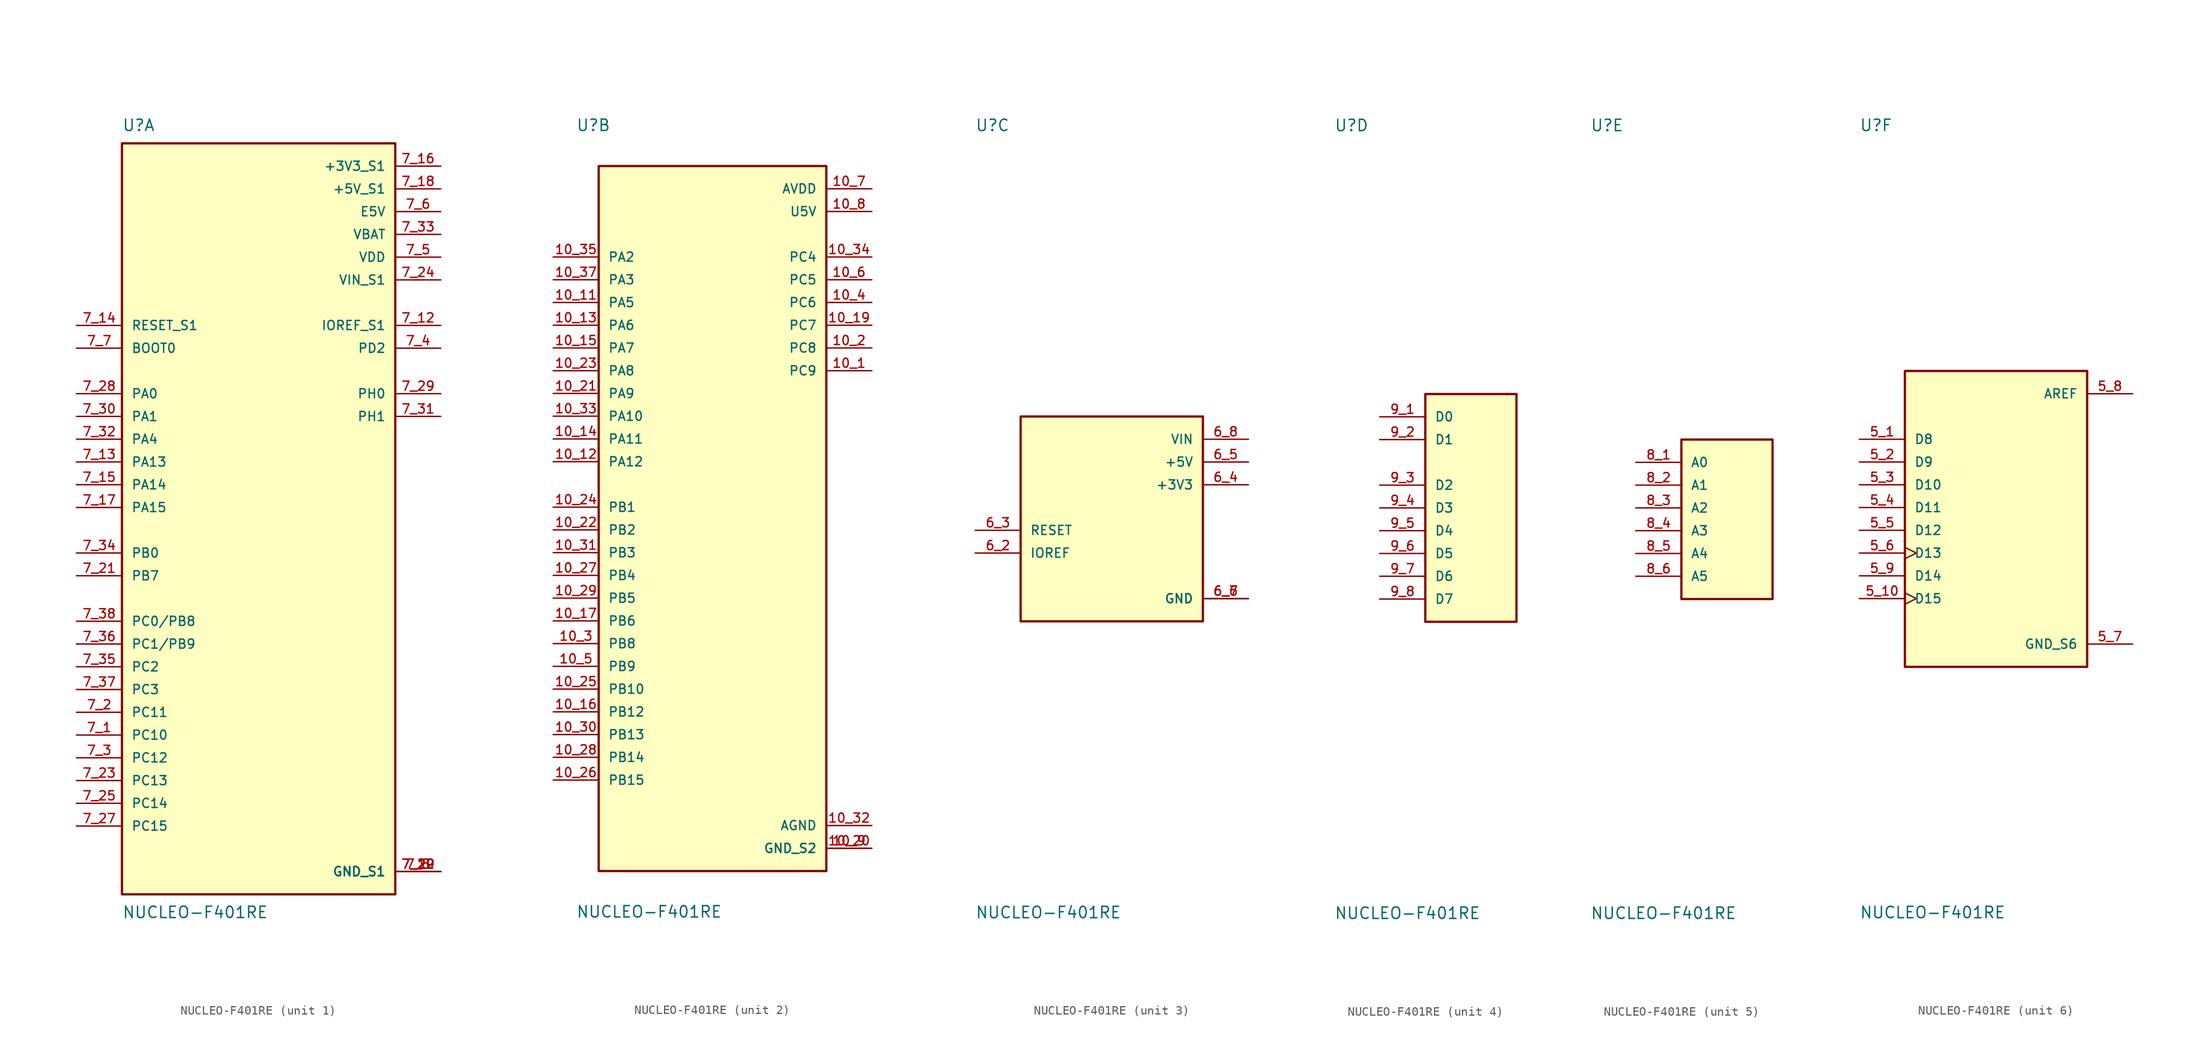
<source format=kicad_sym>
(kicad_symbol_lib
  (version 20211014)
  (generator kicad_symbol_editor)
  (symbol "NUCLEO-F401RE"
    (pin_names
      (offset 1.016))
    (property "Reference" "U"
      (at -15.24 41.91 0)
      (effects (font (size 1.27 1.27)) (justify bottom left)))
    (property "Value" "NUCLEO-F401RE"
      (at -15.24 -44.45 0.0)
      (effects (font (size 1.27 1.27)) (justify top left)))
    (symbol "NUCLEO-F401RE_1_0"
      (rectangle (start -15.24 -43.18) (end 15.24 40.64) (stroke (width 0.254)) (fill (type background)))
      (pin bidirectional line (at -20.32 -25.4 0) (length 5.08) (name "PC10" (effects (font (size 1.016 1.016)))) (number "7_1" (effects (font (size 1.016 1.016)))))
      (pin bidirectional line (at -20.32 -22.86 0) (length 5.08) (name "PC11" (effects (font (size 1.016 1.016)))) (number "7_2" (effects (font (size 1.016 1.016)))))
      (pin bidirectional line (at -20.32 -27.94 0) (length 5.08) (name "PC12" (effects (font (size 1.016 1.016)))) (number "7_3" (effects (font (size 1.016 1.016)))))
      (pin bidirectional line (at 20.32 17.78 180.0) (length 5.08) (name "PD2" (effects (font (size 1.016 1.016)))) (number "7_4" (effects (font (size 1.016 1.016)))))
      (pin power_in line (at 20.32 27.94 180.0) (length 5.08) (name "VDD" (effects (font (size 1.016 1.016)))) (number "7_5" (effects (font (size 1.016 1.016)))))
      (pin power_in line (at 20.32 33.02 180.0) (length 5.08) (name "E5V" (effects (font (size 1.016 1.016)))) (number "7_6" (effects (font (size 1.016 1.016)))))
      (pin bidirectional line (at -20.32 17.78 0) (length 5.08) (name "BOOT0" (effects (font (size 1.016 1.016)))) (number "7_7" (effects (font (size 1.016 1.016)))))
      (pin bidirectional line (at 20.32 20.32 180.0) (length 5.08) (name "IOREF_S1" (effects (font (size 1.016 1.016)))) (number "7_12" (effects (font (size 1.016 1.016)))))
      (pin bidirectional line (at -20.32 5.08 0) (length 5.08) (name "PA13" (effects (font (size 1.016 1.016)))) (number "7_13" (effects (font (size 1.016 1.016)))))
      (pin bidirectional line (at -20.32 20.32 0) (length 5.08) (name "RESET_S1" (effects (font (size 1.016 1.016)))) (number "7_14" (effects (font (size 1.016 1.016)))))
      (pin bidirectional line (at -20.32 2.54 0) (length 5.08) (name "PA14" (effects (font (size 1.016 1.016)))) (number "7_15" (effects (font (size 1.016 1.016)))))
      (pin power_in line (at 20.32 38.1 180.0) (length 5.08) (name "+3V3_S1" (effects (font (size 1.016 1.016)))) (number "7_16" (effects (font (size 1.016 1.016)))))
      (pin bidirectional line (at -20.32 0.0 0) (length 5.08) (name "PA15" (effects (font (size 1.016 1.016)))) (number "7_17" (effects (font (size 1.016 1.016)))))
      (pin power_in line (at 20.32 35.56 180.0) (length 5.08) (name "+5V_S1" (effects (font (size 1.016 1.016)))) (number "7_18" (effects (font (size 1.016 1.016)))))
      (pin power_in line (at 20.32 -40.64 180.0) (length 5.08) (name "GND_S1" (effects (font (size 1.016 1.016)))) (number "7_8" (effects (font (size 1.016 1.016)))))
      (pin power_in line (at 20.32 -40.64 180.0) (length 5.08) (name "GND_S1" (effects (font (size 1.016 1.016)))) (number "7_19" (effects (font (size 1.016 1.016)))))
      (pin power_in line (at 20.32 -40.64 180.0) (length 5.08) (name "GND_S1" (effects (font (size 1.016 1.016)))) (number "7_20" (effects (font (size 1.016 1.016)))))
      (pin power_in line (at 20.32 -40.64 180.0) (length 5.08) (name "GND_S1" (effects (font (size 1.016 1.016)))) (number "7_22" (effects (font (size 1.016 1.016)))))
      (pin bidirectional line (at -20.32 -7.62 0) (length 5.08) (name "PB7" (effects (font (size 1.016 1.016)))) (number "7_21" (effects (font (size 1.016 1.016)))))
      (pin bidirectional line (at -20.32 -30.48 0) (length 5.08) (name "PC13" (effects (font (size 1.016 1.016)))) (number "7_23" (effects (font (size 1.016 1.016)))))
      (pin power_in line (at 20.32 25.4 180.0) (length 5.08) (name "VIN_S1" (effects (font (size 1.016 1.016)))) (number "7_24" (effects (font (size 1.016 1.016)))))
      (pin bidirectional line (at -20.32 -33.02 0) (length 5.08) (name "PC14" (effects (font (size 1.016 1.016)))) (number "7_25" (effects (font (size 1.016 1.016)))))
      (pin bidirectional line (at -20.32 -35.56 0) (length 5.08) (name "PC15" (effects (font (size 1.016 1.016)))) (number "7_27" (effects (font (size 1.016 1.016)))))
      (pin bidirectional line (at -20.32 12.7 0) (length 5.08) (name "PA0" (effects (font (size 1.016 1.016)))) (number "7_28" (effects (font (size 1.016 1.016)))))
      (pin bidirectional line (at 20.32 12.7 180.0) (length 5.08) (name "PH0" (effects (font (size 1.016 1.016)))) (number "7_29" (effects (font (size 1.016 1.016)))))
      (pin bidirectional line (at -20.32 10.16 0) (length 5.08) (name "PA1" (effects (font (size 1.016 1.016)))) (number "7_30" (effects (font (size 1.016 1.016)))))
      (pin bidirectional line (at 20.32 10.16 180.0) (length 5.08) (name "PH1" (effects (font (size 1.016 1.016)))) (number "7_31" (effects (font (size 1.016 1.016)))))
      (pin bidirectional line (at -20.32 7.62 0) (length 5.08) (name "PA4" (effects (font (size 1.016 1.016)))) (number "7_32" (effects (font (size 1.016 1.016)))))
      (pin power_in line (at 20.32 30.48 180.0) (length 5.08) (name "VBAT" (effects (font (size 1.016 1.016)))) (number "7_33" (effects (font (size 1.016 1.016)))))
      (pin bidirectional line (at -20.32 -5.08 0) (length 5.08) (name "PB0" (effects (font (size 1.016 1.016)))) (number "7_34" (effects (font (size 1.016 1.016)))))
      (pin bidirectional line (at -20.32 -17.78 0) (length 5.08) (name "PC2" (effects (font (size 1.016 1.016)))) (number "7_35" (effects (font (size 1.016 1.016)))))
      (pin bidirectional line (at -20.32 -15.24 0) (length 5.08) (name "PC1/PB9" (effects (font (size 1.016 1.016)))) (number "7_36" (effects (font (size 1.016 1.016)))))
      (pin bidirectional line (at -20.32 -20.32 0) (length 5.08) (name "PC3" (effects (font (size 1.016 1.016)))) (number "7_37" (effects (font (size 1.016 1.016)))))
      (pin bidirectional line (at -20.32 -12.7 0) (length 5.08) (name "PC0/PB8" (effects (font (size 1.016 1.016)))) (number "7_38" (effects (font (size 1.016 1.016))))))
    (symbol "NUCLEO-F401RE_2_0"
      (rectangle (start -12.7 -40.64) (end 12.7 38.1) (stroke (width 0.254)) (fill (type background)))
      (pin bidirectional line (at 17.78 15.24 180.0) (length 5.08) (name "PC9" (effects (font (size 1.016 1.016)))) (number "10_1" (effects (font (size 1.016 1.016)))))
      (pin bidirectional line (at 17.78 17.78 180.0) (length 5.08) (name "PC8" (effects (font (size 1.016 1.016)))) (number "10_2" (effects (font (size 1.016 1.016)))))
      (pin bidirectional line (at -17.78 -15.24 0) (length 5.08) (name "PB8" (effects (font (size 1.016 1.016)))) (number "10_3" (effects (font (size 1.016 1.016)))))
      (pin bidirectional line (at 17.78 22.86 180.0) (length 5.08) (name "PC6" (effects (font (size 1.016 1.016)))) (number "10_4" (effects (font (size 1.016 1.016)))))
      (pin bidirectional line (at -17.78 -17.78 0) (length 5.08) (name "PB9" (effects (font (size 1.016 1.016)))) (number "10_5" (effects (font (size 1.016 1.016)))))
      (pin bidirectional line (at 17.78 25.4 180.0) (length 5.08) (name "PC5" (effects (font (size 1.016 1.016)))) (number "10_6" (effects (font (size 1.016 1.016)))))
      (pin power_in line (at 17.78 35.56 180.0) (length 5.08) (name "AVDD" (effects (font (size 1.016 1.016)))) (number "10_7" (effects (font (size 1.016 1.016)))))
      (pin power_in line (at 17.78 33.02 180.0) (length 5.08) (name "U5V" (effects (font (size 1.016 1.016)))) (number "10_8" (effects (font (size 1.016 1.016)))))
      (pin power_in line (at 17.78 -38.1 180.0) (length 5.08) (name "GND_S2" (effects (font (size 1.016 1.016)))) (number "10_9" (effects (font (size 1.016 1.016)))))
      (pin power_in line (at 17.78 -38.1 180.0) (length 5.08) (name "GND_S2" (effects (font (size 1.016 1.016)))) (number "10_20" (effects (font (size 1.016 1.016)))))
      (pin bidirectional line (at -17.78 22.86 0) (length 5.08) (name "PA5" (effects (font (size 1.016 1.016)))) (number "10_11" (effects (font (size 1.016 1.016)))))
      (pin bidirectional line (at -17.78 5.08 0) (length 5.08) (name "PA12" (effects (font (size 1.016 1.016)))) (number "10_12" (effects (font (size 1.016 1.016)))))
      (pin bidirectional line (at -17.78 20.32 0) (length 5.08) (name "PA6" (effects (font (size 1.016 1.016)))) (number "10_13" (effects (font (size 1.016 1.016)))))
      (pin bidirectional line (at -17.78 7.62 0) (length 5.08) (name "PA11" (effects (font (size 1.016 1.016)))) (number "10_14" (effects (font (size 1.016 1.016)))))
      (pin bidirectional line (at -17.78 17.78 0) (length 5.08) (name "PA7" (effects (font (size 1.016 1.016)))) (number "10_15" (effects (font (size 1.016 1.016)))))
      (pin bidirectional line (at -17.78 -22.86 0) (length 5.08) (name "PB12" (effects (font (size 1.016 1.016)))) (number "10_16" (effects (font (size 1.016 1.016)))))
      (pin bidirectional line (at -17.78 -12.7 0) (length 5.08) (name "PB6" (effects (font (size 1.016 1.016)))) (number "10_17" (effects (font (size 1.016 1.016)))))
      (pin bidirectional line (at 17.78 20.32 180.0) (length 5.08) (name "PC7" (effects (font (size 1.016 1.016)))) (number "10_19" (effects (font (size 1.016 1.016)))))
      (pin bidirectional line (at -17.78 12.7 0) (length 5.08) (name "PA9" (effects (font (size 1.016 1.016)))) (number "10_21" (effects (font (size 1.016 1.016)))))
      (pin bidirectional line (at -17.78 -2.54 0) (length 5.08) (name "PB2" (effects (font (size 1.016 1.016)))) (number "10_22" (effects (font (size 1.016 1.016)))))
      (pin bidirectional line (at -17.78 15.24 0) (length 5.08) (name "PA8" (effects (font (size 1.016 1.016)))) (number "10_23" (effects (font (size 1.016 1.016)))))
      (pin bidirectional line (at -17.78 0.0 0) (length 5.08) (name "PB1" (effects (font (size 1.016 1.016)))) (number "10_24" (effects (font (size 1.016 1.016)))))
      (pin bidirectional line (at -17.78 -20.32 0) (length 5.08) (name "PB10" (effects (font (size 1.016 1.016)))) (number "10_25" (effects (font (size 1.016 1.016)))))
      (pin bidirectional line (at -17.78 -30.48 0) (length 5.08) (name "PB15" (effects (font (size 1.016 1.016)))) (number "10_26" (effects (font (size 1.016 1.016)))))
      (pin bidirectional line (at -17.78 -7.62 0) (length 5.08) (name "PB4" (effects (font (size 1.016 1.016)))) (number "10_27" (effects (font (size 1.016 1.016)))))
      (pin bidirectional line (at -17.78 -27.94 0) (length 5.08) (name "PB14" (effects (font (size 1.016 1.016)))) (number "10_28" (effects (font (size 1.016 1.016)))))
      (pin bidirectional line (at -17.78 -10.16 0) (length 5.08) (name "PB5" (effects (font (size 1.016 1.016)))) (number "10_29" (effects (font (size 1.016 1.016)))))
      (pin bidirectional line (at -17.78 -25.4 0) (length 5.08) (name "PB13" (effects (font (size 1.016 1.016)))) (number "10_30" (effects (font (size 1.016 1.016)))))
      (pin bidirectional line (at -17.78 -5.08 0) (length 5.08) (name "PB3" (effects (font (size 1.016 1.016)))) (number "10_31" (effects (font (size 1.016 1.016)))))
      (pin power_in line (at 17.78 -35.56 180.0) (length 5.08) (name "AGND" (effects (font (size 1.016 1.016)))) (number "10_32" (effects (font (size 1.016 1.016)))))
      (pin bidirectional line (at -17.78 10.16 0) (length 5.08) (name "PA10" (effects (font (size 1.016 1.016)))) (number "10_33" (effects (font (size 1.016 1.016)))))
      (pin bidirectional line (at 17.78 27.94 180.0) (length 5.08) (name "PC4" (effects (font (size 1.016 1.016)))) (number "10_34" (effects (font (size 1.016 1.016)))))
      (pin bidirectional line (at -17.78 27.94 0) (length 5.08) (name "PA2" (effects (font (size 1.016 1.016)))) (number "10_35" (effects (font (size 1.016 1.016)))))
      (pin bidirectional line (at -17.78 25.4 0) (length 5.08) (name "PA3" (effects (font (size 1.016 1.016)))) (number "10_37" (effects (font (size 1.016 1.016))))))
    (symbol "NUCLEO-F401RE_3_0"
      (rectangle (start -10.16 -12.7) (end 10.16 10.16) (stroke (width 0.254)) (fill (type background)))
      (pin bidirectional line (at -15.24 -5.08 0) (length 5.08) (name "IOREF" (effects (font (size 1.016 1.016)))) (number "6_2" (effects (font (size 1.016 1.016)))))
      (pin bidirectional line (at -15.24 -2.54 0) (length 5.08) (name "RESET" (effects (font (size 1.016 1.016)))) (number "6_3" (effects (font (size 1.016 1.016)))))
      (pin power_in line (at 15.24 2.54 180.0) (length 5.08) (name "+3V3" (effects (font (size 1.016 1.016)))) (number "6_4" (effects (font (size 1.016 1.016)))))
      (pin power_in line (at 15.24 5.08 180.0) (length 5.08) (name "+5V" (effects (font (size 1.016 1.016)))) (number "6_5" (effects (font (size 1.016 1.016)))))
      (pin power_in line (at 15.24 -10.16 180.0) (length 5.08) (name "GND" (effects (font (size 1.016 1.016)))) (number "6_6" (effects (font (size 1.016 1.016)))))
      (pin power_in line (at 15.24 -10.16 180.0) (length 5.08) (name "GND" (effects (font (size 1.016 1.016)))) (number "6_7" (effects (font (size 1.016 1.016)))))
      (pin power_in line (at 15.24 7.62 180.0) (length 5.08) (name "VIN" (effects (font (size 1.016 1.016)))) (number "6_8" (effects (font (size 1.016 1.016))))))
    (symbol "NUCLEO-F401RE_4_0"
      (rectangle (start -5.08 -12.7) (end 5.08 12.7) (stroke (width 0.254)) (fill (type background)))
      (pin input line (at -10.16 10.16 0) (length 5.08) (name "D0" (effects (font (size 1.016 1.016)))) (number "9_1" (effects (font (size 1.016 1.016)))))
      (pin output line (at -10.16 7.62 0) (length 5.08) (name "D1" (effects (font (size 1.016 1.016)))) (number "9_2" (effects (font (size 1.016 1.016)))))
      (pin bidirectional line (at -10.16 2.54 0) (length 5.08) (name "D2" (effects (font (size 1.016 1.016)))) (number "9_3" (effects (font (size 1.016 1.016)))))
      (pin bidirectional line (at -10.16 0.0 0) (length 5.08) (name "D3" (effects (font (size 1.016 1.016)))) (number "9_4" (effects (font (size 1.016 1.016)))))
      (pin bidirectional line (at -10.16 -2.54 0) (length 5.08) (name "D4" (effects (font (size 1.016 1.016)))) (number "9_5" (effects (font (size 1.016 1.016)))))
      (pin bidirectional line (at -10.16 -5.08 0) (length 5.08) (name "D5" (effects (font (size 1.016 1.016)))) (number "9_6" (effects (font (size 1.016 1.016)))))
      (pin bidirectional line (at -10.16 -7.62 0) (length 5.08) (name "D6" (effects (font (size 1.016 1.016)))) (number "9_7" (effects (font (size 1.016 1.016)))))
      (pin bidirectional line (at -10.16 -10.16 0) (length 5.08) (name "D7" (effects (font (size 1.016 1.016)))) (number "9_8" (effects (font (size 1.016 1.016))))))
    (symbol "NUCLEO-F401RE_5_0"
      (rectangle (start -5.08 -10.16) (end 5.08 7.62) (stroke (width 0.254)) (fill (type background)))
      (pin input line (at -10.16 5.08 0) (length 5.08) (name "A0" (effects (font (size 1.016 1.016)))) (number "8_1" (effects (font (size 1.016 1.016)))))
      (pin input line (at -10.16 2.54 0) (length 5.08) (name "A1" (effects (font (size 1.016 1.016)))) (number "8_2" (effects (font (size 1.016 1.016)))))
      (pin input line (at -10.16 0.0 0) (length 5.08) (name "A2" (effects (font (size 1.016 1.016)))) (number "8_3" (effects (font (size 1.016 1.016)))))
      (pin input line (at -10.16 -2.54 0) (length 5.08) (name "A3" (effects (font (size 1.016 1.016)))) (number "8_4" (effects (font (size 1.016 1.016)))))
      (pin input line (at -10.16 -5.08 0) (length 5.08) (name "A4" (effects (font (size 1.016 1.016)))) (number "8_5" (effects (font (size 1.016 1.016)))))
      (pin input line (at -10.16 -7.62 0) (length 5.08) (name "A5" (effects (font (size 1.016 1.016)))) (number "8_6" (effects (font (size 1.016 1.016))))))
    (symbol "NUCLEO-F401RE_6_0"
      (rectangle (start -10.16 -17.78) (end 10.16 15.24) (stroke (width 0.254)) (fill (type background)))
      (pin bidirectional line (at -15.24 7.62 0) (length 5.08) (name "D8" (effects (font (size 1.016 1.016)))) (number "5_1" (effects (font (size 1.016 1.016)))))
      (pin bidirectional line (at -15.24 5.08 0) (length 5.08) (name "D9" (effects (font (size 1.016 1.016)))) (number "5_2" (effects (font (size 1.016 1.016)))))
      (pin bidirectional line (at -15.24 2.54 0) (length 5.08) (name "D10" (effects (font (size 1.016 1.016)))) (number "5_3" (effects (font (size 1.016 1.016)))))
      (pin bidirectional line (at -15.24 0.0 0) (length 5.08) (name "D11" (effects (font (size 1.016 1.016)))) (number "5_4" (effects (font (size 1.016 1.016)))))
      (pin bidirectional line (at -15.24 -2.54 0) (length 5.08) (name "D12" (effects (font (size 1.016 1.016)))) (number "5_5" (effects (font (size 1.016 1.016)))))
      (pin bidirectional clock (at -15.24 -5.08 0) (length 5.08) (name "D13" (effects (font (size 1.016 1.016)))) (number "5_6" (effects (font (size 1.016 1.016)))))
      (pin power_in line (at 15.24 -15.24 180.0) (length 5.08) (name "GND_S6" (effects (font (size 1.016 1.016)))) (number "5_7" (effects (font (size 1.016 1.016)))))
      (pin power_in line (at 15.24 12.7 180.0) (length 5.08) (name "AREF" (effects (font (size 1.016 1.016)))) (number "5_8" (effects (font (size 1.016 1.016)))))
      (pin bidirectional line (at -15.24 -7.62 0) (length 5.08) (name "D14" (effects (font (size 1.016 1.016)))) (number "5_9" (effects (font (size 1.016 1.016)))))
      (pin bidirectional clock (at -15.24 -10.16 0) (length 5.08) (name "D15" (effects (font (size 1.016 1.016)))) (number "5_10" (effects (font (size 1.016 1.016))))))))
</source>
